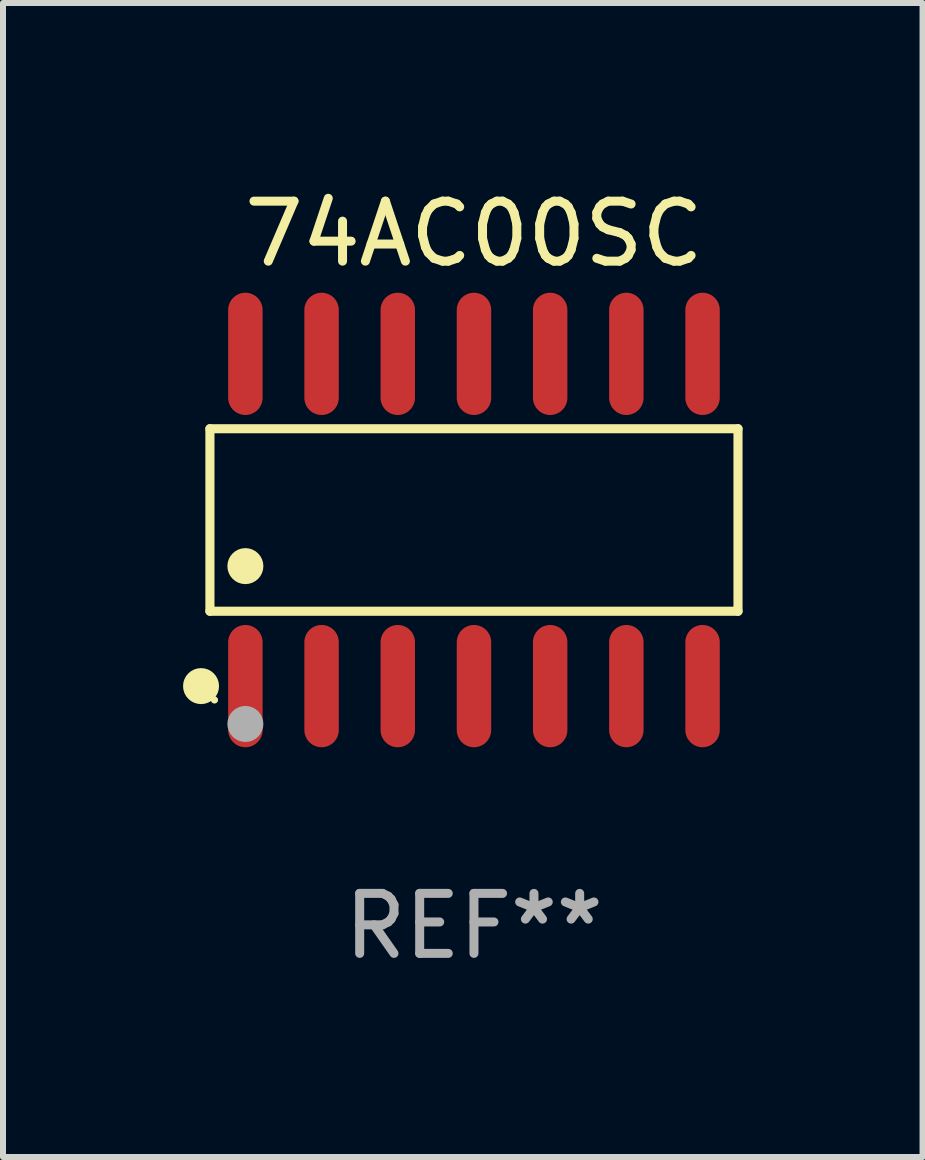
<source format=kicad_pcb>
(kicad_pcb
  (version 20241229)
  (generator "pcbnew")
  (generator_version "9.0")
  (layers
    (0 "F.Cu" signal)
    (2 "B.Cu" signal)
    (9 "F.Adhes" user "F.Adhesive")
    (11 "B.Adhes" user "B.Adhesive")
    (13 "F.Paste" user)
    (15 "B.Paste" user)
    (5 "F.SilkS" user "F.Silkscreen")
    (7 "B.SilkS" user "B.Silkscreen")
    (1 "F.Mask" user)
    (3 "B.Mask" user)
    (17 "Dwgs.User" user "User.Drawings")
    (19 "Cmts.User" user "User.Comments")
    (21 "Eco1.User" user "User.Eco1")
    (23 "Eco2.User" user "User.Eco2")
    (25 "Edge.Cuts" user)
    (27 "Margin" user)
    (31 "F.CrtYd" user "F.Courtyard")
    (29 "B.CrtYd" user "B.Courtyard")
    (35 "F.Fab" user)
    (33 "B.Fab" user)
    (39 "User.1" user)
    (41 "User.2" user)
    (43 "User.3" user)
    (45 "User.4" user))
  (footprint "74AC00SC"
    (layer "F.Cu")
    (at 4.85 5.617)
    (property "Reference" "74AC00SC" (at 0 -4.769 0) (layer "F.SilkS") (effects (font (size 1 1) (thickness 0.15))))
    (attr through_hole)
    (fp_line (start -4.401 -1.521) (end 4.401 -1.521) (stroke (width 0.152) (type solid)) (layer "F.SilkS"))
    (fp_line (start -4.401 1.521) (end -4.401 -1.521) (stroke (width 0.152) (type solid)) (layer "F.SilkS"))
    (fp_line (start 4.401 -1.521) (end 4.401 1.521) (stroke (width 0.152) (type solid)) (layer "F.SilkS"))
    (fp_line (start 4.401 1.521) (end -4.401 1.521) (stroke (width 0.152) (type solid)) (layer "F.SilkS"))
    (fp_circle (center -4.549 2.769) (end -4.399 2.769) (stroke (width 0.3) (type solid)) (fill no) (layer "F.SilkS"))
    (fp_circle (center -4.325 3) (end -4.295 3) (stroke (width 0.06) (type solid)) (fill no) (layer "F.SilkS"))
    (fp_circle (center -3.81 0.769) (end -3.66 0.769) (stroke (width 0.3) (type solid)) (fill no) (layer "F.SilkS"))
    (fp_circle (center -3.81 3.4) (end -3.66 3.4) (stroke (width 0.3) (type solid)) (fill no) (layer "F.Fab"))
    (fp_text user "REF**" (at 0 6.769 0) (layer "F.Fab") (effects (font (size 1 1) (thickness 0.15))))
    (pad "1" smd oval (at -3.81 2.769) (size 0.574 2.038) (layers "F.Cu" "F.Mask" "F.Paste"))
    (pad "2" smd oval (at -2.54 2.769) (size 0.574 2.038) (layers "F.Cu" "F.Mask" "F.Paste"))
    (pad "3" smd oval (at -1.27 2.769) (size 0.574 2.038) (layers "F.Cu" "F.Mask" "F.Paste"))
    (pad "4" smd oval (at 0 2.769) (size 0.574 2.038) (layers "F.Cu" "F.Mask" "F.Paste"))
    (pad "5" smd oval (at 1.27 2.769) (size 0.574 2.038) (layers "F.Cu" "F.Mask" "F.Paste"))
    (pad "6" smd oval (at 2.54 2.769) (size 0.574 2.038) (layers "F.Cu" "F.Mask" "F.Paste"))
    (pad "7" smd oval (at 3.81 2.769) (size 0.574 2.038) (layers "F.Cu" "F.Mask" "F.Paste"))
    (pad "8" smd oval (at 3.81 -2.769) (size 0.574 2.038) (layers "F.Cu" "F.Mask" "F.Paste"))
    (pad "9" smd oval (at 2.54 -2.769) (size 0.574 2.038) (layers "F.Cu" "F.Mask" "F.Paste"))
    (pad "10" smd oval (at 1.27 -2.769) (size 0.574 2.038) (layers "F.Cu" "F.Mask" "F.Paste"))
    (pad "11" smd oval (at 0 -2.769) (size 0.574 2.038) (layers "F.Cu" "F.Mask" "F.Paste"))
    (pad "12" smd oval (at -1.27 -2.769) (size 0.574 2.038) (layers "F.Cu" "F.Mask" "F.Paste"))
    (pad "13" smd oval (at -2.54 -2.769) (size 0.574 2.038) (layers "F.Cu" "F.Mask" "F.Paste"))
    (pad "14" smd oval (at -3.81 -2.769) (size 0.574 2.038) (layers "F.Cu" "F.Mask" "F.Paste")))
  (gr_rect
    (start -3 -3)
    (end 12.327 16.235)
    (stroke (width 0.1) (type default))
    (fill no)
    (layer "Edge.Cuts")))
</source>
